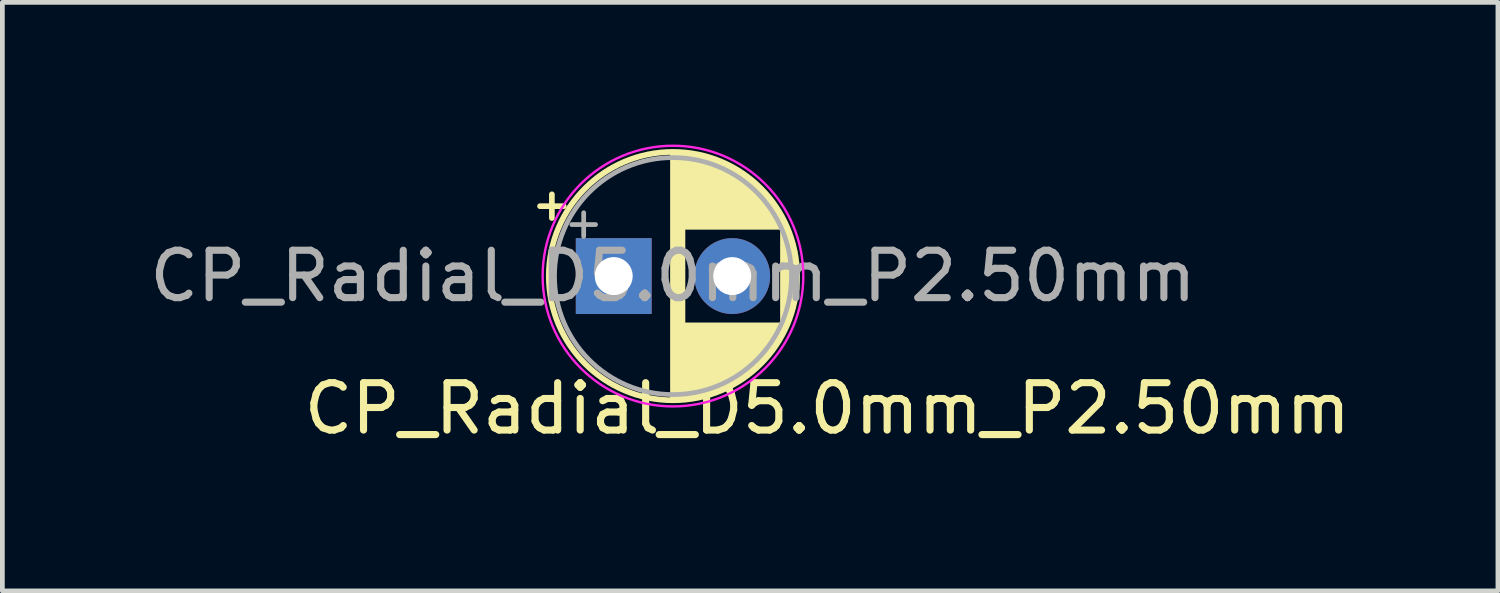
<source format=kicad_pcb>
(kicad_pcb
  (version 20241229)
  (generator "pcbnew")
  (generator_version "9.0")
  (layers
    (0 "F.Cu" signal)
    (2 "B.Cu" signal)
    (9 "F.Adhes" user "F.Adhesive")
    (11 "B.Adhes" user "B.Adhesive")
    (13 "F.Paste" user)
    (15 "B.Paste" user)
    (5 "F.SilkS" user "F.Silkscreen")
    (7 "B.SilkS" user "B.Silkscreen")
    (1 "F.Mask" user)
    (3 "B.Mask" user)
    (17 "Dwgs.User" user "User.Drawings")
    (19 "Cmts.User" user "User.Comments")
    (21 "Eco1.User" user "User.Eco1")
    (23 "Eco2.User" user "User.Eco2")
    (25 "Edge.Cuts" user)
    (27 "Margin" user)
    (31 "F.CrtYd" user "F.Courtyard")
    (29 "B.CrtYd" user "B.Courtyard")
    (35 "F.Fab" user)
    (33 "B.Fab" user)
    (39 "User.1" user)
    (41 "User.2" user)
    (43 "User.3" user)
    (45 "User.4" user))
  (footprint "CP_Radial_D5.0mm_P2.50mm"
    (layer "F.Cu")
    (at 9.899 2.775)
    (property "Reference" "CP_Radial_D5.0mm_P2.50mm" (at 4.507 2.794 180) (layer "F.SilkS") (effects (font (size 1 1) (thickness 0.15))))
    (attr through_hole)
    (fp_line (start -1.555 -1.475) (end -1.055 -1.475) (stroke (width 0.12) (type solid)) (layer "F.SilkS"))
    (fp_line (start -1.305 -1.725) (end -1.305 -1.225) (stroke (width 0.12) (type solid)) (layer "F.SilkS"))
    (fp_line (start 1.25 -2.58) (end 1.25 2.58) (stroke (width 0.12) (type solid)) (layer "F.SilkS"))
    (fp_line (start 1.29 -2.58) (end 1.29 2.58) (stroke (width 0.12) (type solid)) (layer "F.SilkS"))
    (fp_line (start 1.33 -2.579) (end 1.33 2.579) (stroke (width 0.12) (type solid)) (layer "F.SilkS"))
    (fp_line (start 1.37 -2.578) (end 1.37 2.578) (stroke (width 0.12) (type solid)) (layer "F.SilkS"))
    (fp_line (start 1.41 -2.576) (end 1.41 2.576) (stroke (width 0.12) (type solid)) (layer "F.SilkS"))
    (fp_line (start 1.45 -2.573) (end 1.45 2.573) (stroke (width 0.12) (type solid)) (layer "F.SilkS"))
    (fp_line (start 1.49 -2.569) (end 1.49 -1.04) (stroke (width 0.12) (type solid)) (layer "F.SilkS"))
    (fp_line (start 1.49 1.04) (end 1.49 2.569) (stroke (width 0.12) (type solid)) (layer "F.SilkS"))
    (fp_line (start 1.53 -2.565) (end 1.53 -1.04) (stroke (width 0.12) (type solid)) (layer "F.SilkS"))
    (fp_line (start 1.53 1.04) (end 1.53 2.565) (stroke (width 0.12) (type solid)) (layer "F.SilkS"))
    (fp_line (start 1.57 -2.561) (end 1.57 -1.04) (stroke (width 0.12) (type solid)) (layer "F.SilkS"))
    (fp_line (start 1.57 1.04) (end 1.57 2.561) (stroke (width 0.12) (type solid)) (layer "F.SilkS"))
    (fp_line (start 1.61 -2.556) (end 1.61 -1.04) (stroke (width 0.12) (type solid)) (layer "F.SilkS"))
    (fp_line (start 1.61 1.04) (end 1.61 2.556) (stroke (width 0.12) (type solid)) (layer "F.SilkS"))
    (fp_line (start 1.65 -2.55) (end 1.65 -1.04) (stroke (width 0.12) (type solid)) (layer "F.SilkS"))
    (fp_line (start 1.65 1.04) (end 1.65 2.55) (stroke (width 0.12) (type solid)) (layer "F.SilkS"))
    (fp_line (start 1.69 -2.543) (end 1.69 -1.04) (stroke (width 0.12) (type solid)) (layer "F.SilkS"))
    (fp_line (start 1.69 1.04) (end 1.69 2.543) (stroke (width 0.12) (type solid)) (layer "F.SilkS"))
    (fp_line (start 1.73 -2.536) (end 1.73 -1.04) (stroke (width 0.12) (type solid)) (layer "F.SilkS"))
    (fp_line (start 1.73 1.04) (end 1.73 2.536) (stroke (width 0.12) (type solid)) (layer "F.SilkS"))
    (fp_line (start 1.77 -2.528) (end 1.77 -1.04) (stroke (width 0.12) (type solid)) (layer "F.SilkS"))
    (fp_line (start 1.77 1.04) (end 1.77 2.528) (stroke (width 0.12) (type solid)) (layer "F.SilkS"))
    (fp_line (start 1.81 -2.52) (end 1.81 -1.04) (stroke (width 0.12) (type solid)) (layer "F.SilkS"))
    (fp_line (start 1.81 1.04) (end 1.81 2.52) (stroke (width 0.12) (type solid)) (layer "F.SilkS"))
    (fp_line (start 1.85 -2.511) (end 1.85 -1.04) (stroke (width 0.12) (type solid)) (layer "F.SilkS"))
    (fp_line (start 1.85 1.04) (end 1.85 2.511) (stroke (width 0.12) (type solid)) (layer "F.SilkS"))
    (fp_line (start 1.89 -2.501) (end 1.89 -1.04) (stroke (width 0.12) (type solid)) (layer "F.SilkS"))
    (fp_line (start 1.89 1.04) (end 1.89 2.501) (stroke (width 0.12) (type solid)) (layer "F.SilkS"))
    (fp_line (start 1.93 -2.491) (end 1.93 -1.04) (stroke (width 0.12) (type solid)) (layer "F.SilkS"))
    (fp_line (start 1.93 1.04) (end 1.93 2.491) (stroke (width 0.12) (type solid)) (layer "F.SilkS"))
    (fp_line (start 1.971 -2.48) (end 1.971 -1.04) (stroke (width 0.12) (type solid)) (layer "F.SilkS"))
    (fp_line (start 1.971 1.04) (end 1.971 2.48) (stroke (width 0.12) (type solid)) (layer "F.SilkS"))
    (fp_line (start 2.011 -2.468) (end 2.011 -1.04) (stroke (width 0.12) (type solid)) (layer "F.SilkS"))
    (fp_line (start 2.011 1.04) (end 2.011 2.468) (stroke (width 0.12) (type solid)) (layer "F.SilkS"))
    (fp_line (start 2.051 -2.455) (end 2.051 -1.04) (stroke (width 0.12) (type solid)) (layer "F.SilkS"))
    (fp_line (start 2.051 1.04) (end 2.051 2.455) (stroke (width 0.12) (type solid)) (layer "F.SilkS"))
    (fp_line (start 2.091 -2.442) (end 2.091 -1.04) (stroke (width 0.12) (type solid)) (layer "F.SilkS"))
    (fp_line (start 2.091 1.04) (end 2.091 2.442) (stroke (width 0.12) (type solid)) (layer "F.SilkS"))
    (fp_line (start 2.131 -2.428) (end 2.131 -1.04) (stroke (width 0.12) (type solid)) (layer "F.SilkS"))
    (fp_line (start 2.131 1.04) (end 2.131 2.428) (stroke (width 0.12) (type solid)) (layer "F.SilkS"))
    (fp_line (start 2.171 -2.414) (end 2.171 -1.04) (stroke (width 0.12) (type solid)) (layer "F.SilkS"))
    (fp_line (start 2.171 1.04) (end 2.171 2.414) (stroke (width 0.12) (type solid)) (layer "F.SilkS"))
    (fp_line (start 2.211 -2.398) (end 2.211 -1.04) (stroke (width 0.12) (type solid)) (layer "F.SilkS"))
    (fp_line (start 2.211 1.04) (end 2.211 2.398) (stroke (width 0.12) (type solid)) (layer "F.SilkS"))
    (fp_line (start 2.251 -2.382) (end 2.251 -1.04) (stroke (width 0.12) (type solid)) (layer "F.SilkS"))
    (fp_line (start 2.251 1.04) (end 2.251 2.382) (stroke (width 0.12) (type solid)) (layer "F.SilkS"))
    (fp_line (start 2.291 -2.365) (end 2.291 -1.04) (stroke (width 0.12) (type solid)) (layer "F.SilkS"))
    (fp_line (start 2.291 1.04) (end 2.291 2.365) (stroke (width 0.12) (type solid)) (layer "F.SilkS"))
    (fp_line (start 2.331 -2.348) (end 2.331 -1.04) (stroke (width 0.12) (type solid)) (layer "F.SilkS"))
    (fp_line (start 2.331 1.04) (end 2.331 2.348) (stroke (width 0.12) (type solid)) (layer "F.SilkS"))
    (fp_line (start 2.371 -2.329) (end 2.371 -1.04) (stroke (width 0.12) (type solid)) (layer "F.SilkS"))
    (fp_line (start 2.371 1.04) (end 2.371 2.329) (stroke (width 0.12) (type solid)) (layer "F.SilkS"))
    (fp_line (start 2.411 -2.31) (end 2.411 -1.04) (stroke (width 0.12) (type solid)) (layer "F.SilkS"))
    (fp_line (start 2.411 1.04) (end 2.411 2.31) (stroke (width 0.12) (type solid)) (layer "F.SilkS"))
    (fp_line (start 2.451 -2.29) (end 2.451 -1.04) (stroke (width 0.12) (type solid)) (layer "F.SilkS"))
    (fp_line (start 2.451 1.04) (end 2.451 2.29) (stroke (width 0.12) (type solid)) (layer "F.SilkS"))
    (fp_line (start 2.491 -2.268) (end 2.491 -1.04) (stroke (width 0.12) (type solid)) (layer "F.SilkS"))
    (fp_line (start 2.491 1.04) (end 2.491 2.268) (stroke (width 0.12) (type solid)) (layer "F.SilkS"))
    (fp_line (start 2.531 -2.247) (end 2.531 -1.04) (stroke (width 0.12) (type solid)) (layer "F.SilkS"))
    (fp_line (start 2.531 1.04) (end 2.531 2.247) (stroke (width 0.12) (type solid)) (layer "F.SilkS"))
    (fp_line (start 2.571 -2.224) (end 2.571 -1.04) (stroke (width 0.12) (type solid)) (layer "F.SilkS"))
    (fp_line (start 2.571 1.04) (end 2.571 2.224) (stroke (width 0.12) (type solid)) (layer "F.SilkS"))
    (fp_line (start 2.611 -2.2) (end 2.611 -1.04) (stroke (width 0.12) (type solid)) (layer "F.SilkS"))
    (fp_line (start 2.611 1.04) (end 2.611 2.2) (stroke (width 0.12) (type solid)) (layer "F.SilkS"))
    (fp_line (start 2.651 -2.175) (end 2.651 -1.04) (stroke (width 0.12) (type solid)) (layer "F.SilkS"))
    (fp_line (start 2.651 1.04) (end 2.651 2.175) (stroke (width 0.12) (type solid)) (layer "F.SilkS"))
    (fp_line (start 2.691 -2.149) (end 2.691 -1.04) (stroke (width 0.12) (type solid)) (layer "F.SilkS"))
    (fp_line (start 2.691 1.04) (end 2.691 2.149) (stroke (width 0.12) (type solid)) (layer "F.SilkS"))
    (fp_line (start 2.731 -2.122) (end 2.731 -1.04) (stroke (width 0.12) (type solid)) (layer "F.SilkS"))
    (fp_line (start 2.731 1.04) (end 2.731 2.122) (stroke (width 0.12) (type solid)) (layer "F.SilkS"))
    (fp_line (start 2.771 -2.095) (end 2.771 -1.04) (stroke (width 0.12) (type solid)) (layer "F.SilkS"))
    (fp_line (start 2.771 1.04) (end 2.771 2.095) (stroke (width 0.12) (type solid)) (layer "F.SilkS"))
    (fp_line (start 2.811 -2.065) (end 2.811 -1.04) (stroke (width 0.12) (type solid)) (layer "F.SilkS"))
    (fp_line (start 2.811 1.04) (end 2.811 2.065) (stroke (width 0.12) (type solid)) (layer "F.SilkS"))
    (fp_line (start 2.851 -2.035) (end 2.851 -1.04) (stroke (width 0.12) (type solid)) (layer "F.SilkS"))
    (fp_line (start 2.851 1.04) (end 2.851 2.035) (stroke (width 0.12) (type solid)) (layer "F.SilkS"))
    (fp_line (start 2.891 -2.004) (end 2.891 -1.04) (stroke (width 0.12) (type solid)) (layer "F.SilkS"))
    (fp_line (start 2.891 1.04) (end 2.891 2.004) (stroke (width 0.12) (type solid)) (layer "F.SilkS"))
    (fp_line (start 2.931 -1.971) (end 2.931 -1.04) (stroke (width 0.12) (type solid)) (layer "F.SilkS"))
    (fp_line (start 2.931 1.04) (end 2.931 1.971) (stroke (width 0.12) (type solid)) (layer "F.SilkS"))
    (fp_line (start 2.971 -1.937) (end 2.971 -1.04) (stroke (width 0.12) (type solid)) (layer "F.SilkS"))
    (fp_line (start 2.971 1.04) (end 2.971 1.937) (stroke (width 0.12) (type solid)) (layer "F.SilkS"))
    (fp_line (start 3.011 -1.901) (end 3.011 -1.04) (stroke (width 0.12) (type solid)) (layer "F.SilkS"))
    (fp_line (start 3.011 1.04) (end 3.011 1.901) (stroke (width 0.12) (type solid)) (layer "F.SilkS"))
    (fp_line (start 3.051 -1.864) (end 3.051 -1.04) (stroke (width 0.12) (type solid)) (layer "F.SilkS"))
    (fp_line (start 3.051 1.04) (end 3.051 1.864) (stroke (width 0.12) (type solid)) (layer "F.SilkS"))
    (fp_line (start 3.091 -1.826) (end 3.091 -1.04) (stroke (width 0.12) (type solid)) (layer "F.SilkS"))
    (fp_line (start 3.091 1.04) (end 3.091 1.826) (stroke (width 0.12) (type solid)) (layer "F.SilkS"))
    (fp_line (start 3.131 -1.785) (end 3.131 -1.04) (stroke (width 0.12) (type solid)) (layer "F.SilkS"))
    (fp_line (start 3.131 1.04) (end 3.131 1.785) (stroke (width 0.12) (type solid)) (layer "F.SilkS"))
    (fp_line (start 3.171 -1.743) (end 3.171 -1.04) (stroke (width 0.12) (type solid)) (layer "F.SilkS"))
    (fp_line (start 3.171 1.04) (end 3.171 1.743) (stroke (width 0.12) (type solid)) (layer "F.SilkS"))
    (fp_line (start 3.211 -1.699) (end 3.211 -1.04) (stroke (width 0.12) (type solid)) (layer "F.SilkS"))
    (fp_line (start 3.211 1.04) (end 3.211 1.699) (stroke (width 0.12) (type solid)) (layer "F.SilkS"))
    (fp_line (start 3.251 -1.653) (end 3.251 -1.04) (stroke (width 0.12) (type solid)) (layer "F.SilkS"))
    (fp_line (start 3.251 1.04) (end 3.251 1.653) (stroke (width 0.12) (type solid)) (layer "F.SilkS"))
    (fp_line (start 3.291 -1.605) (end 3.291 -1.04) (stroke (width 0.12) (type solid)) (layer "F.SilkS"))
    (fp_line (start 3.291 1.04) (end 3.291 1.605) (stroke (width 0.12) (type solid)) (layer "F.SilkS"))
    (fp_line (start 3.331 -1.554) (end 3.331 -1.04) (stroke (width 0.12) (type solid)) (layer "F.SilkS"))
    (fp_line (start 3.331 1.04) (end 3.331 1.554) (stroke (width 0.12) (type solid)) (layer "F.SilkS"))
    (fp_line (start 3.371 -1.5) (end 3.371 -1.04) (stroke (width 0.12) (type solid)) (layer "F.SilkS"))
    (fp_line (start 3.371 1.04) (end 3.371 1.5) (stroke (width 0.12) (type solid)) (layer "F.SilkS"))
    (fp_line (start 3.411 -1.443) (end 3.411 -1.04) (stroke (width 0.12) (type solid)) (layer "F.SilkS"))
    (fp_line (start 3.411 1.04) (end 3.411 1.443) (stroke (width 0.12) (type solid)) (layer "F.SilkS"))
    (fp_line (start 3.451 -1.383) (end 3.451 -1.04) (stroke (width 0.12) (type solid)) (layer "F.SilkS"))
    (fp_line (start 3.451 1.04) (end 3.451 1.383) (stroke (width 0.12) (type solid)) (layer "F.SilkS"))
    (fp_line (start 3.491 -1.319) (end 3.491 -1.04) (stroke (width 0.12) (type solid)) (layer "F.SilkS"))
    (fp_line (start 3.491 1.04) (end 3.491 1.319) (stroke (width 0.12) (type solid)) (layer "F.SilkS"))
    (fp_line (start 3.531 -1.251) (end 3.531 -1.04) (stroke (width 0.12) (type solid)) (layer "F.SilkS"))
    (fp_line (start 3.531 1.04) (end 3.531 1.251) (stroke (width 0.12) (type solid)) (layer "F.SilkS"))
    (fp_line (start 3.571 -1.178) (end 3.571 1.178) (stroke (width 0.12) (type solid)) (layer "F.SilkS"))
    (fp_line (start 3.611 -1.098) (end 3.611 1.098) (stroke (width 0.12) (type solid)) (layer "F.SilkS"))
    (fp_line (start 3.651 -1.011) (end 3.651 1.011) (stroke (width 0.12) (type solid)) (layer "F.SilkS"))
    (fp_line (start 3.691 -0.915) (end 3.691 0.915) (stroke (width 0.12) (type solid)) (layer "F.SilkS"))
    (fp_line (start 3.731 -0.805) (end 3.731 0.805) (stroke (width 0.12) (type solid)) (layer "F.SilkS"))
    (fp_line (start 3.771 -0.677) (end 3.771 0.677) (stroke (width 0.12) (type solid)) (layer "F.SilkS"))
    (fp_line (start 3.811 -0.518) (end 3.811 0.518) (stroke (width 0.12) (type solid)) (layer "F.SilkS"))
    (fp_line (start 3.851 -0.284) (end 3.851 0.284) (stroke (width 0.12) (type solid)) (layer "F.SilkS"))
    (fp_circle (center 1.25 0) (end 3.87 0) (stroke (width 0.12) (type solid)) (fill no) (layer "F.SilkS"))
    (fp_circle (center 1.25 0) (end 4 0) (stroke (width 0.05) (type solid)) (fill no) (layer "F.CrtYd"))
    (fp_line (start -0.884 -1.087) (end -0.384 -1.087) (stroke (width 0.1) (type solid)) (layer "F.Fab"))
    (fp_line (start -0.634 -1.337) (end -0.634 -0.838) (stroke (width 0.1) (type solid)) (layer "F.Fab"))
    (fp_circle (center 1.25 0) (end 3.75 0) (stroke (width 0.1) (type solid)) (fill no) (layer "F.Fab"))
    (fp_text user "${REFERENCE}" (at 1.25 0 180) (layer "F.Fab") (effects (font (size 1 1) (thickness 0.15))))
    (pad "1" thru_hole rect (at 0 0) (size 1.6 1.6) (drill 0.8) (layers "*.Cu" "*.Mask"))
    (pad "2" thru_hole circle (at 2.5 0) (size 1.6 1.6) (drill 0.8) (layers "*.Cu" "*.Mask")))
  (gr_rect
    (start -3 -3)
    (end 28.555 9.417)
    (stroke (width 0.1) (type default))
    (fill no)
    (layer "Edge.Cuts")))
</source>
